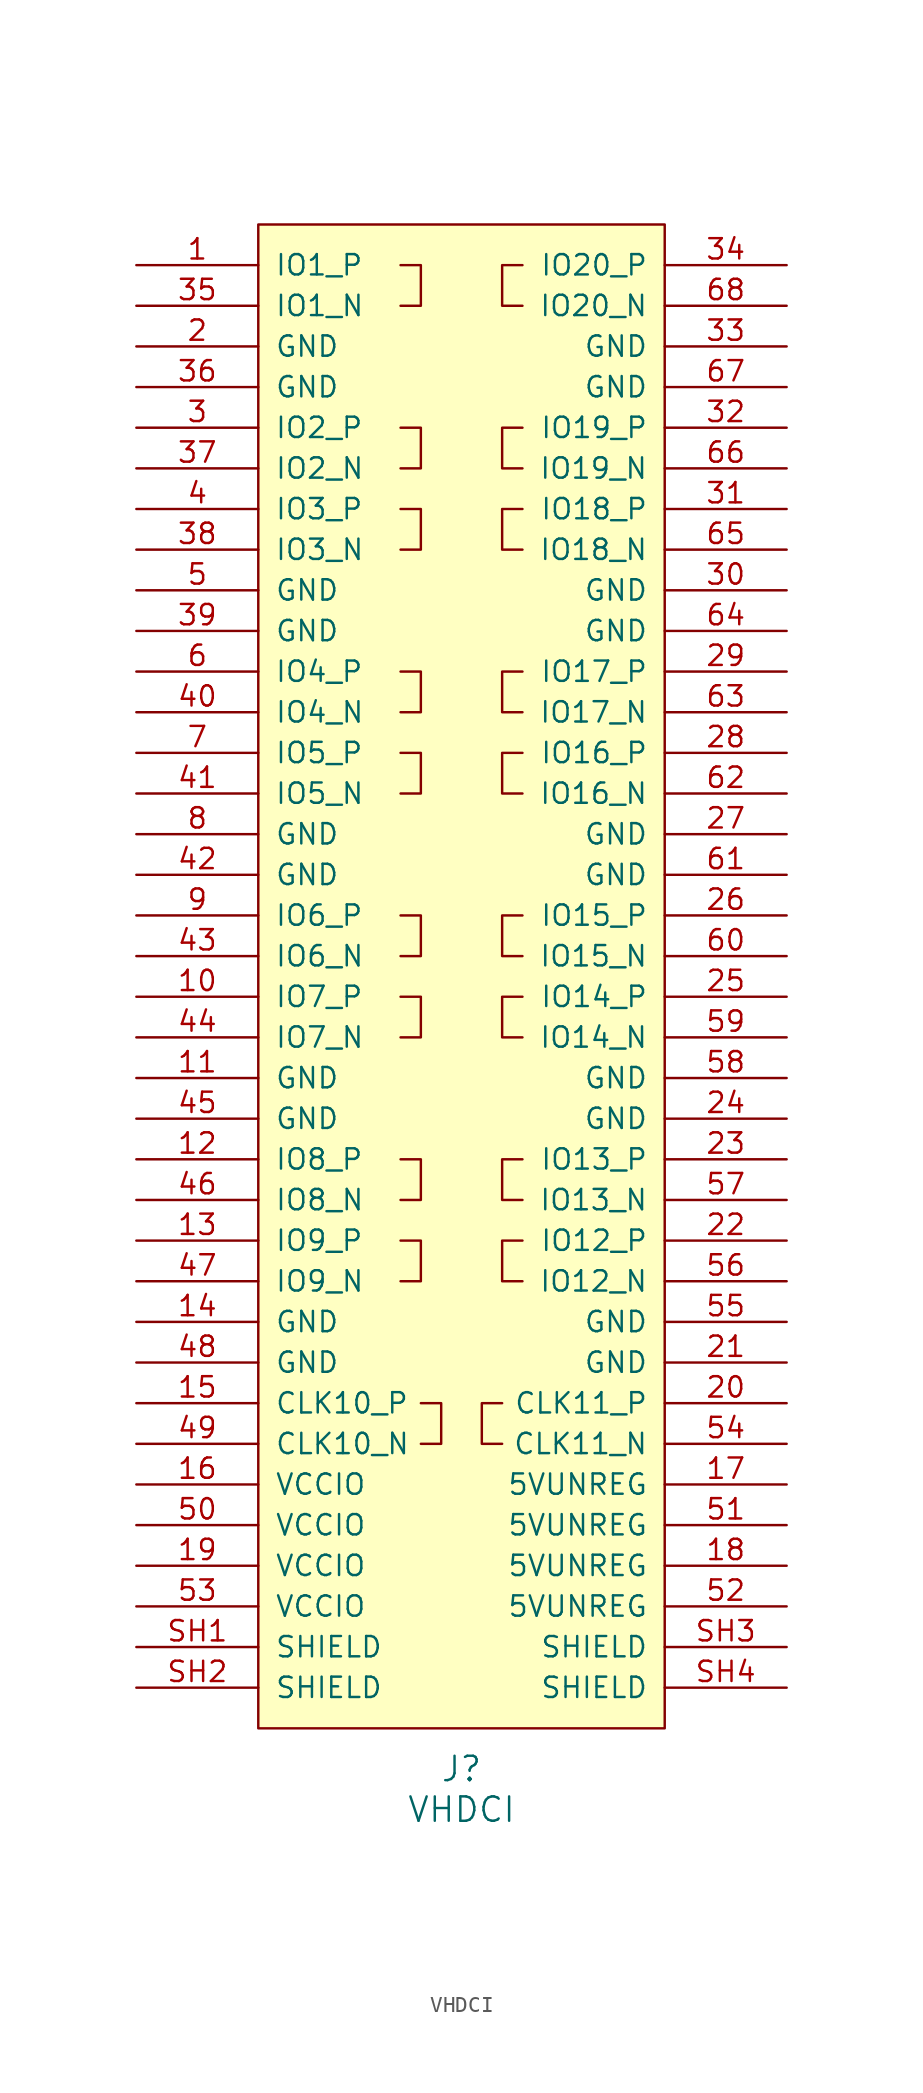
<source format=kicad_sym>
(kicad_symbol_lib
  (version 20211014)
  (generator kicad_symbol_editor)
  (symbol "VHDCI"
    (pin_names
      (offset 1.016))
    (property "Reference" "J"
      (at 0 -10.16 0)
      (effects (font (size 1.524 1.524))))
    (property "Value" "VHDCI"
      (at 0 -12.7 0)
      (effects (font (size 1.524 1.524))))
    (property "Footprint" ""
      (at 0 0 0)
      (effects (font (size 1.524 1.524))))
    (property "Datasheet" ""
      (at 0 0 0)
      (effects (font (size 1.524 1.524))))
    (symbol "VHDCI_0_1"
      (rectangle (start -12.7 86.36) (end 12.7 -7.62) (stroke (width 0) (type default) (color 0 0 0 0)) (fill (type background)))
      (polyline (pts (xy -3.81 22.86) (xy -2.54 22.86) (xy -2.54 20.32) (xy -3.81 20.32)) (stroke (width 0) (type default) (color 0 0 0 0)) (fill (type none)))
      (polyline (pts (xy -3.81 27.94) (xy -2.54 27.94) (xy -2.54 25.4) (xy -3.81 25.4)) (stroke (width 0) (type default) (color 0 0 0 0)) (fill (type none)))
      (polyline (pts (xy -3.81 38.1) (xy -2.54 38.1) (xy -2.54 35.56) (xy -3.81 35.56)) (stroke (width 0) (type default) (color 0 0 0 0)) (fill (type none)))
      (polyline (pts (xy -3.81 43.18) (xy -2.54 43.18) (xy -2.54 40.64) (xy -3.81 40.64)) (stroke (width 0) (type default) (color 0 0 0 0)) (fill (type none)))
      (polyline (pts (xy -3.81 53.34) (xy -2.54 53.34) (xy -2.54 50.8) (xy -3.81 50.8)) (stroke (width 0) (type default) (color 0 0 0 0)) (fill (type none)))
      (polyline (pts (xy -3.81 58.42) (xy -2.54 58.42) (xy -2.54 55.88) (xy -3.81 55.88)) (stroke (width 0) (type default) (color 0 0 0 0)) (fill (type none)))
      (polyline (pts (xy -3.81 68.58) (xy -2.54 68.58) (xy -2.54 66.04) (xy -3.81 66.04)) (stroke (width 0) (type default) (color 0 0 0 0)) (fill (type none)))
      (polyline (pts (xy -3.81 73.66) (xy -2.54 73.66) (xy -2.54 71.12) (xy -3.81 71.12)) (stroke (width 0) (type default) (color 0 0 0 0)) (fill (type none)))
      (polyline (pts (xy -3.81 83.82) (xy -2.54 83.82) (xy -2.54 81.28) (xy -3.81 81.28)) (stroke (width 0) (type default) (color 0 0 0 0)) (fill (type none)))
      (polyline (pts (xy -2.54 12.7) (xy -1.27 12.7) (xy -1.27 10.16) (xy -2.54 10.16)) (stroke (width 0) (type default) (color 0 0 0 0)) (fill (type none)))
      (polyline (pts (xy 2.54 12.7) (xy 1.27 12.7) (xy 1.27 10.16) (xy 2.54 10.16)) (stroke (width 0) (type default) (color 0 0 0 0)) (fill (type none)))
      (polyline (pts (xy 3.81 22.86) (xy 2.54 22.86) (xy 2.54 20.32) (xy 3.81 20.32)) (stroke (width 0) (type default) (color 0 0 0 0)) (fill (type none)))
      (polyline (pts (xy 3.81 27.94) (xy 2.54 27.94) (xy 2.54 25.4) (xy 3.81 25.4)) (stroke (width 0) (type default) (color 0 0 0 0)) (fill (type none)))
      (polyline (pts (xy 3.81 38.1) (xy 2.54 38.1) (xy 2.54 35.56) (xy 3.81 35.56)) (stroke (width 0) (type default) (color 0 0 0 0)) (fill (type none)))
      (polyline (pts (xy 3.81 43.18) (xy 2.54 43.18) (xy 2.54 40.64) (xy 3.81 40.64)) (stroke (width 0) (type default) (color 0 0 0 0)) (fill (type none)))
      (polyline (pts (xy 3.81 53.34) (xy 2.54 53.34) (xy 2.54 50.8) (xy 3.81 50.8)) (stroke (width 0) (type default) (color 0 0 0 0)) (fill (type none)))
      (polyline (pts (xy 3.81 58.42) (xy 2.54 58.42) (xy 2.54 55.88) (xy 3.81 55.88)) (stroke (width 0) (type default) (color 0 0 0 0)) (fill (type none)))
      (polyline (pts (xy 3.81 68.58) (xy 2.54 68.58) (xy 2.54 66.04) (xy 3.81 66.04)) (stroke (width 0) (type default) (color 0 0 0 0)) (fill (type none)))
      (polyline (pts (xy 3.81 73.66) (xy 2.54 73.66) (xy 2.54 71.12) (xy 3.81 71.12)) (stroke (width 0) (type default) (color 0 0 0 0)) (fill (type none)))
      (polyline (pts (xy 3.81 83.82) (xy 2.54 83.82) (xy 2.54 81.28) (xy 3.81 81.28)) (stroke (width 0) (type default) (color 0 0 0 0)) (fill (type none))))
    (symbol "VHDCI_1_1"
      (pin bidirectional line (at -20.32 83.82 0) (length 7.62) (name "IO1_P" (effects (font (size 1.27 1.27)))) (number "1" (effects (font (size 1.27 1.27)))))
      (pin bidirectional line (at -20.32 38.1 0) (length 7.62) (name "IO7_P" (effects (font (size 1.27 1.27)))) (number "10" (effects (font (size 1.27 1.27)))))
      (pin power_in line (at -20.32 33.02 0) (length 7.62) (name "GND" (effects (font (size 1.27 1.27)))) (number "11" (effects (font (size 1.27 1.27)))))
      (pin bidirectional line (at -20.32 27.94 0) (length 7.62) (name "IO8_P" (effects (font (size 1.27 1.27)))) (number "12" (effects (font (size 1.27 1.27)))))
      (pin bidirectional line (at -20.32 22.86 0) (length 7.62) (name "IO9_P" (effects (font (size 1.27 1.27)))) (number "13" (effects (font (size 1.27 1.27)))))
      (pin power_in line (at -20.32 17.78 0) (length 7.62) (name "GND" (effects (font (size 1.27 1.27)))) (number "14" (effects (font (size 1.27 1.27)))))
      (pin bidirectional line (at -20.32 12.7 0) (length 7.62) (name "CLK10_P" (effects (font (size 1.27 1.27)))) (number "15" (effects (font (size 1.27 1.27)))))
      (pin power_out line (at -20.32 7.62 0) (length 7.62) (name "VCCIO" (effects (font (size 1.27 1.27)))) (number "16" (effects (font (size 1.27 1.27)))))
      (pin power_out line (at 20.32 7.62 180) (length 7.62) (name "5VUNREG" (effects (font (size 1.27 1.27)))) (number "17" (effects (font (size 1.27 1.27)))))
      (pin power_in line (at 20.32 2.54 180) (length 7.62) (name "5VUNREG" (effects (font (size 1.27 1.27)))) (number "18" (effects (font (size 1.27 1.27)))))
      (pin power_in line (at -20.32 2.54 0) (length 7.62) (name "VCCIO" (effects (font (size 1.27 1.27)))) (number "19" (effects (font (size 1.27 1.27)))))
      (pin power_out line (at -20.32 78.74 0) (length 7.62) (name "GND" (effects (font (size 1.27 1.27)))) (number "2" (effects (font (size 1.27 1.27)))))
      (pin bidirectional line (at 20.32 12.7 180) (length 7.62) (name "CLK11_P" (effects (font (size 1.27 1.27)))) (number "20" (effects (font (size 1.27 1.27)))))
      (pin power_in line (at 20.32 15.24 180) (length 7.62) (name "GND" (effects (font (size 1.27 1.27)))) (number "21" (effects (font (size 1.27 1.27)))))
      (pin bidirectional line (at 20.32 22.86 180) (length 7.62) (name "IO12_P" (effects (font (size 1.27 1.27)))) (number "22" (effects (font (size 1.27 1.27)))))
      (pin bidirectional line (at 20.32 27.94 180) (length 7.62) (name "IO13_P" (effects (font (size 1.27 1.27)))) (number "23" (effects (font (size 1.27 1.27)))))
      (pin power_in line (at 20.32 30.48 180) (length 7.62) (name "GND" (effects (font (size 1.27 1.27)))) (number "24" (effects (font (size 1.27 1.27)))))
      (pin bidirectional line (at 20.32 38.1 180) (length 7.62) (name "IO14_P" (effects (font (size 1.27 1.27)))) (number "25" (effects (font (size 1.27 1.27)))))
      (pin bidirectional line (at 20.32 43.18 180) (length 7.62) (name "IO15_P" (effects (font (size 1.27 1.27)))) (number "26" (effects (font (size 1.27 1.27)))))
      (pin power_in line (at 20.32 48.26 180) (length 7.62) (name "GND" (effects (font (size 1.27 1.27)))) (number "27" (effects (font (size 1.27 1.27)))))
      (pin bidirectional line (at 20.32 53.34 180) (length 7.62) (name "IO16_P" (effects (font (size 1.27 1.27)))) (number "28" (effects (font (size 1.27 1.27)))))
      (pin bidirectional line (at 20.32 58.42 180) (length 7.62) (name "IO17_P" (effects (font (size 1.27 1.27)))) (number "29" (effects (font (size 1.27 1.27)))))
      (pin bidirectional line (at -20.32 73.66 0) (length 7.62) (name "IO2_P" (effects (font (size 1.27 1.27)))) (number "3" (effects (font (size 1.27 1.27)))))
      (pin power_in line (at 20.32 63.5 180) (length 7.62) (name "GND" (effects (font (size 1.27 1.27)))) (number "30" (effects (font (size 1.27 1.27)))))
      (pin bidirectional line (at 20.32 68.58 180) (length 7.62) (name "IO18_P" (effects (font (size 1.27 1.27)))) (number "31" (effects (font (size 1.27 1.27)))))
      (pin bidirectional line (at 20.32 73.66 180) (length 7.62) (name "IO19_P" (effects (font (size 1.27 1.27)))) (number "32" (effects (font (size 1.27 1.27)))))
      (pin power_in line (at 20.32 78.74 180) (length 7.62) (name "GND" (effects (font (size 1.27 1.27)))) (number "33" (effects (font (size 1.27 1.27)))))
      (pin bidirectional line (at 20.32 83.82 180) (length 7.62) (name "IO20_P" (effects (font (size 1.27 1.27)))) (number "34" (effects (font (size 1.27 1.27)))))
      (pin bidirectional line (at -20.32 81.28 0) (length 7.62) (name "IO1_N" (effects (font (size 1.27 1.27)))) (number "35" (effects (font (size 1.27 1.27)))))
      (pin power_in line (at -20.32 76.2 0) (length 7.62) (name "GND" (effects (font (size 1.27 1.27)))) (number "36" (effects (font (size 1.27 1.27)))))
      (pin bidirectional line (at -20.32 71.12 0) (length 7.62) (name "IO2_N" (effects (font (size 1.27 1.27)))) (number "37" (effects (font (size 1.27 1.27)))))
      (pin bidirectional line (at -20.32 66.04 0) (length 7.62) (name "IO3_N" (effects (font (size 1.27 1.27)))) (number "38" (effects (font (size 1.27 1.27)))))
      (pin power_in line (at -20.32 60.96 0) (length 7.62) (name "GND" (effects (font (size 1.27 1.27)))) (number "39" (effects (font (size 1.27 1.27)))))
      (pin bidirectional line (at -20.32 68.58 0) (length 7.62) (name "IO3_P" (effects (font (size 1.27 1.27)))) (number "4" (effects (font (size 1.27 1.27)))))
      (pin bidirectional line (at -20.32 55.88 0) (length 7.62) (name "IO4_N" (effects (font (size 1.27 1.27)))) (number "40" (effects (font (size 1.27 1.27)))))
      (pin bidirectional line (at -20.32 50.8 0) (length 7.62) (name "IO5_N" (effects (font (size 1.27 1.27)))) (number "41" (effects (font (size 1.27 1.27)))))
      (pin power_in line (at -20.32 45.72 0) (length 7.62) (name "GND" (effects (font (size 1.27 1.27)))) (number "42" (effects (font (size 1.27 1.27)))))
      (pin bidirectional line (at -20.32 40.64 0) (length 7.62) (name "IO6_N" (effects (font (size 1.27 1.27)))) (number "43" (effects (font (size 1.27 1.27)))))
      (pin bidirectional line (at -20.32 35.56 0) (length 7.62) (name "IO7_N" (effects (font (size 1.27 1.27)))) (number "44" (effects (font (size 1.27 1.27)))))
      (pin power_in line (at -20.32 30.48 0) (length 7.62) (name "GND" (effects (font (size 1.27 1.27)))) (number "45" (effects (font (size 1.27 1.27)))))
      (pin bidirectional line (at -20.32 25.4 0) (length 7.62) (name "IO8_N" (effects (font (size 1.27 1.27)))) (number "46" (effects (font (size 1.27 1.27)))))
      (pin bidirectional line (at -20.32 20.32 0) (length 7.62) (name "IO9_N" (effects (font (size 1.27 1.27)))) (number "47" (effects (font (size 1.27 1.27)))))
      (pin power_in line (at -20.32 15.24 0) (length 7.62) (name "GND" (effects (font (size 1.27 1.27)))) (number "48" (effects (font (size 1.27 1.27)))))
      (pin bidirectional line (at -20.32 10.16 0) (length 7.62) (name "CLK10_N" (effects (font (size 1.27 1.27)))) (number "49" (effects (font (size 1.27 1.27)))))
      (pin power_in line (at -20.32 63.5 0) (length 7.62) (name "GND" (effects (font (size 1.27 1.27)))) (number "5" (effects (font (size 1.27 1.27)))))
      (pin power_in line (at -20.32 5.08 0) (length 7.62) (name "VCCIO" (effects (font (size 1.27 1.27)))) (number "50" (effects (font (size 1.27 1.27)))))
      (pin power_in line (at 20.32 5.08 180) (length 7.62) (name "5VUNREG" (effects (font (size 1.27 1.27)))) (number "51" (effects (font (size 1.27 1.27)))))
      (pin power_in line (at 20.32 0 180) (length 7.62) (name "5VUNREG" (effects (font (size 1.27 1.27)))) (number "52" (effects (font (size 1.27 1.27)))))
      (pin power_in line (at -20.32 0 0) (length 7.62) (name "VCCIO" (effects (font (size 1.27 1.27)))) (number "53" (effects (font (size 1.27 1.27)))))
      (pin bidirectional line (at 20.32 10.16 180) (length 7.62) (name "CLK11_N" (effects (font (size 1.27 1.27)))) (number "54" (effects (font (size 1.27 1.27)))))
      (pin power_in line (at 20.32 17.78 180) (length 7.62) (name "GND" (effects (font (size 1.27 1.27)))) (number "55" (effects (font (size 1.27 1.27)))))
      (pin bidirectional line (at 20.32 20.32 180) (length 7.62) (name "IO12_N" (effects (font (size 1.27 1.27)))) (number "56" (effects (font (size 1.27 1.27)))))
      (pin bidirectional line (at 20.32 25.4 180) (length 7.62) (name "IO13_N" (effects (font (size 1.27 1.27)))) (number "57" (effects (font (size 1.27 1.27)))))
      (pin power_in line (at 20.32 33.02 180) (length 7.62) (name "GND" (effects (font (size 1.27 1.27)))) (number "58" (effects (font (size 1.27 1.27)))))
      (pin bidirectional line (at 20.32 35.56 180) (length 7.62) (name "IO14_N" (effects (font (size 1.27 1.27)))) (number "59" (effects (font (size 1.27 1.27)))))
      (pin bidirectional line (at -20.32 58.42 0) (length 7.62) (name "IO4_P" (effects (font (size 1.27 1.27)))) (number "6" (effects (font (size 1.27 1.27)))))
      (pin bidirectional line (at 20.32 40.64 180) (length 7.62) (name "IO15_N" (effects (font (size 1.27 1.27)))) (number "60" (effects (font (size 1.27 1.27)))))
      (pin power_in line (at 20.32 45.72 180) (length 7.62) (name "GND" (effects (font (size 1.27 1.27)))) (number "61" (effects (font (size 1.27 1.27)))))
      (pin bidirectional line (at 20.32 50.8 180) (length 7.62) (name "IO16_N" (effects (font (size 1.27 1.27)))) (number "62" (effects (font (size 1.27 1.27)))))
      (pin bidirectional line (at 20.32 55.88 180) (length 7.62) (name "IO17_N" (effects (font (size 1.27 1.27)))) (number "63" (effects (font (size 1.27 1.27)))))
      (pin power_in line (at 20.32 60.96 180) (length 7.62) (name "GND" (effects (font (size 1.27 1.27)))) (number "64" (effects (font (size 1.27 1.27)))))
      (pin bidirectional line (at 20.32 66.04 180) (length 7.62) (name "IO18_N" (effects (font (size 1.27 1.27)))) (number "65" (effects (font (size 1.27 1.27)))))
      (pin bidirectional line (at 20.32 71.12 180) (length 7.62) (name "IO19_N" (effects (font (size 1.27 1.27)))) (number "66" (effects (font (size 1.27 1.27)))))
      (pin power_in line (at 20.32 76.2 180) (length 7.62) (name "GND" (effects (font (size 1.27 1.27)))) (number "67" (effects (font (size 1.27 1.27)))))
      (pin bidirectional line (at 20.32 81.28 180) (length 7.62) (name "IO20_N" (effects (font (size 1.27 1.27)))) (number "68" (effects (font (size 1.27 1.27)))))
      (pin bidirectional line (at -20.32 53.34 0) (length 7.62) (name "IO5_P" (effects (font (size 1.27 1.27)))) (number "7" (effects (font (size 1.27 1.27)))))
      (pin power_in line (at -20.32 48.26 0) (length 7.62) (name "GND" (effects (font (size 1.27 1.27)))) (number "8" (effects (font (size 1.27 1.27)))))
      (pin bidirectional line (at -20.32 43.18 0) (length 7.62) (name "IO6_P" (effects (font (size 1.27 1.27)))) (number "9" (effects (font (size 1.27 1.27)))))
      (pin passive line (at -20.32 -2.54 0) (length 7.62) (name "SHIELD" (effects (font (size 1.27 1.27)))) (number "SH1" (effects (font (size 1.27 1.27)))))
      (pin passive line (at -20.32 -5.08 0) (length 7.62) (name "SHIELD" (effects (font (size 1.27 1.27)))) (number "SH2" (effects (font (size 1.27 1.27)))))
      (pin passive line (at 20.32 -2.54 180) (length 7.62) (name "SHIELD" (effects (font (size 1.27 1.27)))) (number "SH3" (effects (font (size 1.27 1.27)))))
      (pin passive line (at 20.32 -5.08 180) (length 7.62) (name "SHIELD" (effects (font (size 1.27 1.27)))) (number "SH4" (effects (font (size 1.27 1.27))))))))
</source>
